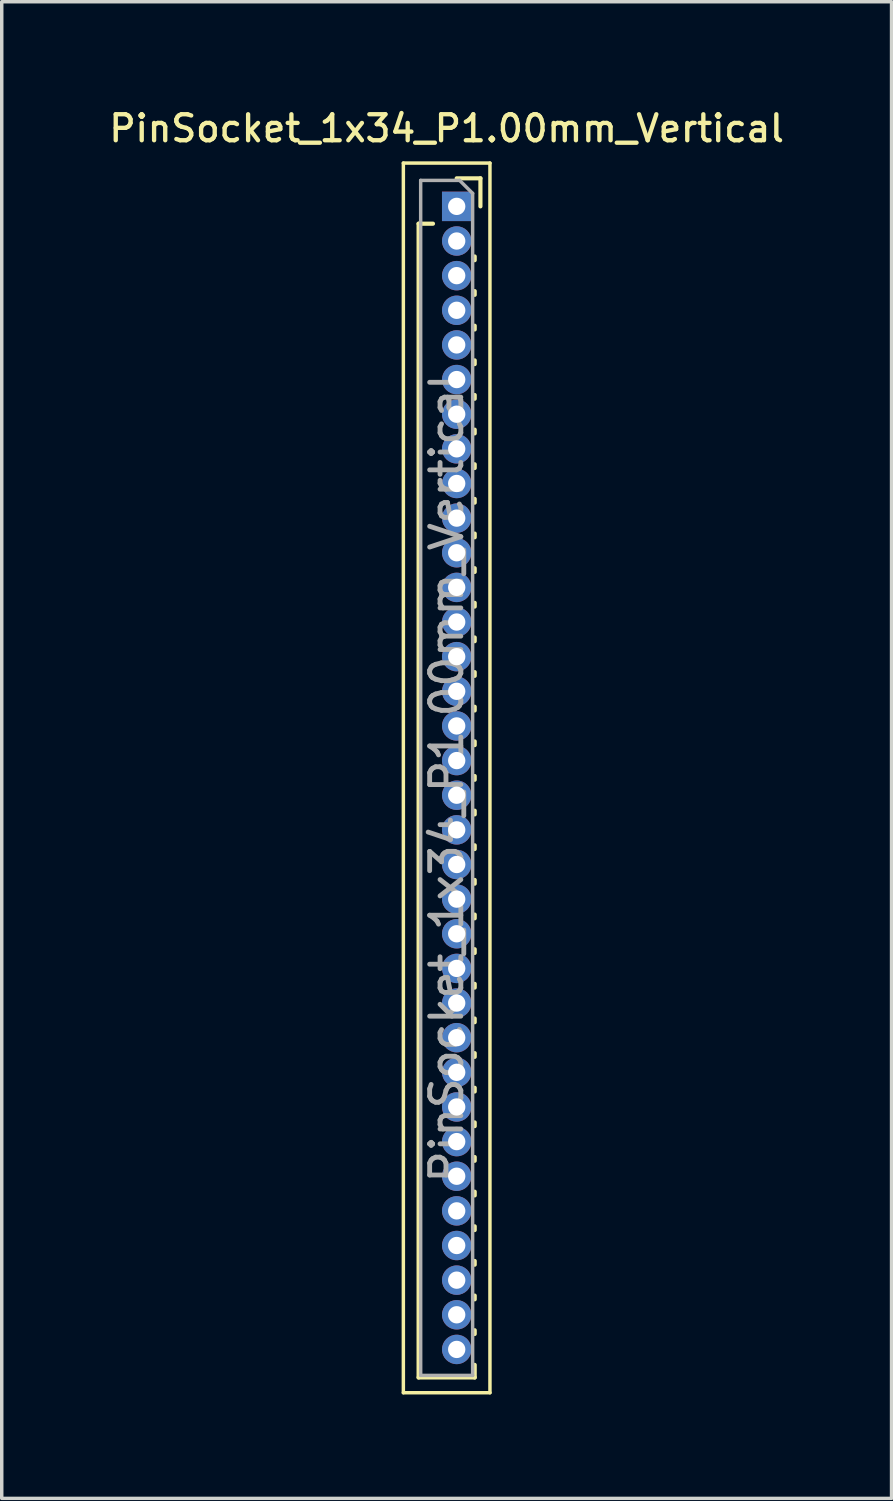
<source format=kicad_pcb>
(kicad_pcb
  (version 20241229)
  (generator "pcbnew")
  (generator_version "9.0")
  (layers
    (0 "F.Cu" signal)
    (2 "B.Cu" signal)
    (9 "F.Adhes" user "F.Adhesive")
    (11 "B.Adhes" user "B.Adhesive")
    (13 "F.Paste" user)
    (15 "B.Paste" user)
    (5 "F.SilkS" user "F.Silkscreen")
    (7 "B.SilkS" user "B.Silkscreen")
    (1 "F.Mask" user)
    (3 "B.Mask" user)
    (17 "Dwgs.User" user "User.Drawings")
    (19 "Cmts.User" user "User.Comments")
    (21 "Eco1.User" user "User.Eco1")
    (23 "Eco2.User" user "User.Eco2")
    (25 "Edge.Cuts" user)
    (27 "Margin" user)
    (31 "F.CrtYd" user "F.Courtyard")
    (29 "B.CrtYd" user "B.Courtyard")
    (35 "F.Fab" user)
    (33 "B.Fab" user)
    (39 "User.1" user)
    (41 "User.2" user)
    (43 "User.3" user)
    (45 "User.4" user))
  (footprint "PinSocket_1x34_P1.00mm_Vertical"
    (layer "F.Cu")
    (at 10.135 2.908)
    (property "Reference" "PinSocket_1x34_P1.00mm_Vertical" (at -0.29 -2.25 0) (layer "F.SilkS") (effects (font (size 0.75 0.75) (thickness 0.125))))
    (attr through_hole)
    (fp_line (start -1.54 -1.25) (end 0.96 -1.25) (stroke (width 0.1) (type solid)) (layer "F.SilkS"))
    (fp_line (start -1.54 34.25) (end -1.54 -1.25) (stroke (width 0.1) (type solid)) (layer "F.SilkS"))
    (fp_line (start -1.1 0.5) (end -1.1 33.81) (stroke (width 0.12) (type solid)) (layer "F.SilkS"))
    (fp_line (start -1.1 0.5) (end -0.685 0.5) (stroke (width 0.12) (type solid)) (layer "F.SilkS"))
    (fp_line (start -1.1 33.81) (end 0.52 33.81) (stroke (width 0.12) (type solid)) (layer "F.SilkS"))
    (fp_line (start 0 -0.81) (end 0.685 -0.81) (stroke (width 0.12) (type solid)) (layer "F.SilkS"))
    (fp_line (start 0.52 1.446) (end 0.52 1.554) (stroke (width 0.12) (type solid)) (layer "F.SilkS"))
    (fp_line (start 0.52 2.446) (end 0.52 2.554) (stroke (width 0.12) (type solid)) (layer "F.SilkS"))
    (fp_line (start 0.52 3.446) (end 0.52 3.554) (stroke (width 0.12) (type solid)) (layer "F.SilkS"))
    (fp_line (start 0.52 4.446) (end 0.52 4.554) (stroke (width 0.12) (type solid)) (layer "F.SilkS"))
    (fp_line (start 0.52 5.446) (end 0.52 5.554) (stroke (width 0.12) (type solid)) (layer "F.SilkS"))
    (fp_line (start 0.52 6.446) (end 0.52 6.554) (stroke (width 0.12) (type solid)) (layer "F.SilkS"))
    (fp_line (start 0.52 7.446) (end 0.52 7.554) (stroke (width 0.12) (type solid)) (layer "F.SilkS"))
    (fp_line (start 0.52 8.446) (end 0.52 8.554) (stroke (width 0.12) (type solid)) (layer "F.SilkS"))
    (fp_line (start 0.52 9.446) (end 0.52 9.554) (stroke (width 0.12) (type solid)) (layer "F.SilkS"))
    (fp_line (start 0.52 10.446) (end 0.52 10.554) (stroke (width 0.12) (type solid)) (layer "F.SilkS"))
    (fp_line (start 0.52 11.446) (end 0.52 11.554) (stroke (width 0.12) (type solid)) (layer "F.SilkS"))
    (fp_line (start 0.52 12.446) (end 0.52 12.554) (stroke (width 0.12) (type solid)) (layer "F.SilkS"))
    (fp_line (start 0.52 13.446) (end 0.52 13.554) (stroke (width 0.12) (type solid)) (layer "F.SilkS"))
    (fp_line (start 0.52 14.446) (end 0.52 14.554) (stroke (width 0.12) (type solid)) (layer "F.SilkS"))
    (fp_line (start 0.52 15.446) (end 0.52 15.554) (stroke (width 0.12) (type solid)) (layer "F.SilkS"))
    (fp_line (start 0.52 16.446) (end 0.52 16.554) (stroke (width 0.12) (type solid)) (layer "F.SilkS"))
    (fp_line (start 0.52 17.446) (end 0.52 17.554) (stroke (width 0.12) (type solid)) (layer "F.SilkS"))
    (fp_line (start 0.52 18.446) (end 0.52 18.554) (stroke (width 0.12) (type solid)) (layer "F.SilkS"))
    (fp_line (start 0.52 19.446) (end 0.52 19.554) (stroke (width 0.12) (type solid)) (layer "F.SilkS"))
    (fp_line (start 0.52 20.446) (end 0.52 20.554) (stroke (width 0.12) (type solid)) (layer "F.SilkS"))
    (fp_line (start 0.52 21.446) (end 0.52 21.554) (stroke (width 0.12) (type solid)) (layer "F.SilkS"))
    (fp_line (start 0.52 22.446) (end 0.52 22.554) (stroke (width 0.12) (type solid)) (layer "F.SilkS"))
    (fp_line (start 0.52 23.446) (end 0.52 23.554) (stroke (width 0.12) (type solid)) (layer "F.SilkS"))
    (fp_line (start 0.52 24.446) (end 0.52 24.554) (stroke (width 0.12) (type solid)) (layer "F.SilkS"))
    (fp_line (start 0.52 25.446) (end 0.52 25.554) (stroke (width 0.12) (type solid)) (layer "F.SilkS"))
    (fp_line (start 0.52 26.446) (end 0.52 26.554) (stroke (width 0.12) (type solid)) (layer "F.SilkS"))
    (fp_line (start 0.52 27.446) (end 0.52 27.554) (stroke (width 0.12) (type solid)) (layer "F.SilkS"))
    (fp_line (start 0.52 28.446) (end 0.52 28.554) (stroke (width 0.12) (type solid)) (layer "F.SilkS"))
    (fp_line (start 0.52 29.446) (end 0.52 29.554) (stroke (width 0.12) (type solid)) (layer "F.SilkS"))
    (fp_line (start 0.52 30.446) (end 0.52 30.554) (stroke (width 0.12) (type solid)) (layer "F.SilkS"))
    (fp_line (start 0.52 31.446) (end 0.52 31.554) (stroke (width 0.12) (type solid)) (layer "F.SilkS"))
    (fp_line (start 0.52 32.446) (end 0.52 32.554) (stroke (width 0.12) (type solid)) (layer "F.SilkS"))
    (fp_line (start 0.52 33.446) (end 0.52 33.81) (stroke (width 0.12) (type solid)) (layer "F.SilkS"))
    (fp_line (start 0.685 -0.81) (end 0.685 0) (stroke (width 0.12) (type solid)) (layer "F.SilkS"))
    (fp_line (start 0.96 -1.25) (end 0.96 34.25) (stroke (width 0.1) (type solid)) (layer "F.SilkS"))
    (fp_line (start 0.96 34.25) (end -1.54 34.25) (stroke (width 0.1) (type solid)) (layer "F.SilkS"))
    (fp_line (start -1.04 -0.75) (end 0.085 -0.75) (stroke (width 0.1) (type solid)) (layer "F.Fab"))
    (fp_line (start -1.04 33.75) (end -1.04 -0.75) (stroke (width 0.1) (type solid)) (layer "F.Fab"))
    (fp_line (start 0.085 -0.75) (end 0.46 -0.375) (stroke (width 0.1) (type solid)) (layer "F.Fab"))
    (fp_line (start 0.46 -0.375) (end 0.46 33.75) (stroke (width 0.1) (type solid)) (layer "F.Fab"))
    (fp_line (start 0.46 33.75) (end -1.04 33.75) (stroke (width 0.1) (type solid)) (layer "F.Fab"))
    (fp_text user "${REFERENCE}" (at -0.29 16.5 90) (layer "F.Fab") (effects (font (size 0.9 0.9) (thickness 0.14))))
    (pad "1" thru_hole rect (at 0 0) (size 0.85 0.85) (drill 0.5) (layers "*.Cu" "*.Mask"))
    (pad "2" thru_hole oval (at 0 1) (size 0.85 0.85) (drill 0.5) (layers "*.Cu" "*.Mask"))
    (pad "3" thru_hole oval (at 0 2) (size 0.85 0.85) (drill 0.5) (layers "*.Cu" "*.Mask"))
    (pad "4" thru_hole oval (at 0 3) (size 0.85 0.85) (drill 0.5) (layers "*.Cu" "*.Mask"))
    (pad "5" thru_hole oval (at 0 4) (size 0.85 0.85) (drill 0.5) (layers "*.Cu" "*.Mask"))
    (pad "6" thru_hole oval (at 0 5) (size 0.85 0.85) (drill 0.5) (layers "*.Cu" "*.Mask"))
    (pad "7" thru_hole oval (at 0 6) (size 0.85 0.85) (drill 0.5) (layers "*.Cu" "*.Mask"))
    (pad "8" thru_hole oval (at 0 7) (size 0.85 0.85) (drill 0.5) (layers "*.Cu" "*.Mask"))
    (pad "9" thru_hole oval (at 0 8) (size 0.85 0.85) (drill 0.5) (layers "*.Cu" "*.Mask"))
    (pad "10" thru_hole oval (at 0 9) (size 0.85 0.85) (drill 0.5) (layers "*.Cu" "*.Mask"))
    (pad "11" thru_hole oval (at 0 10) (size 0.85 0.85) (drill 0.5) (layers "*.Cu" "*.Mask"))
    (pad "12" thru_hole oval (at 0 11) (size 0.85 0.85) (drill 0.5) (layers "*.Cu" "*.Mask"))
    (pad "13" thru_hole oval (at 0 12) (size 0.85 0.85) (drill 0.5) (layers "*.Cu" "*.Mask"))
    (pad "14" thru_hole oval (at 0 13) (size 0.85 0.85) (drill 0.5) (layers "*.Cu" "*.Mask"))
    (pad "15" thru_hole oval (at 0 14) (size 0.85 0.85) (drill 0.5) (layers "*.Cu" "*.Mask"))
    (pad "16" thru_hole oval (at 0 15) (size 0.85 0.85) (drill 0.5) (layers "*.Cu" "*.Mask"))
    (pad "17" thru_hole oval (at 0 16) (size 0.85 0.85) (drill 0.5) (layers "*.Cu" "*.Mask"))
    (pad "18" thru_hole oval (at 0 17) (size 0.85 0.85) (drill 0.5) (layers "*.Cu" "*.Mask"))
    (pad "19" thru_hole oval (at 0 18) (size 0.85 0.85) (drill 0.5) (layers "*.Cu" "*.Mask"))
    (pad "20" thru_hole oval (at 0 19) (size 0.85 0.85) (drill 0.5) (layers "*.Cu" "*.Mask"))
    (pad "21" thru_hole oval (at 0 20) (size 0.85 0.85) (drill 0.5) (layers "*.Cu" "*.Mask"))
    (pad "22" thru_hole oval (at 0 21) (size 0.85 0.85) (drill 0.5) (layers "*.Cu" "*.Mask"))
    (pad "23" thru_hole oval (at 0 22) (size 0.85 0.85) (drill 0.5) (layers "*.Cu" "*.Mask"))
    (pad "24" thru_hole oval (at 0 23) (size 0.85 0.85) (drill 0.5) (layers "*.Cu" "*.Mask"))
    (pad "25" thru_hole oval (at 0 24) (size 0.85 0.85) (drill 0.5) (layers "*.Cu" "*.Mask"))
    (pad "26" thru_hole oval (at 0 25) (size 0.85 0.85) (drill 0.5) (layers "*.Cu" "*.Mask"))
    (pad "27" thru_hole oval (at 0 26) (size 0.85 0.85) (drill 0.5) (layers "*.Cu" "*.Mask"))
    (pad "28" thru_hole oval (at 0 27) (size 0.85 0.85) (drill 0.5) (layers "*.Cu" "*.Mask"))
    (pad "29" thru_hole oval (at 0 28) (size 0.85 0.85) (drill 0.5) (layers "*.Cu" "*.Mask"))
    (pad "30" thru_hole oval (at 0 29) (size 0.85 0.85) (drill 0.5) (layers "*.Cu" "*.Mask"))
    (pad "31" thru_hole oval (at 0 30) (size 0.85 0.85) (drill 0.5) (layers "*.Cu" "*.Mask"))
    (pad "32" thru_hole oval (at 0 31) (size 0.85 0.85) (drill 0.5) (layers "*.Cu" "*.Mask"))
    (pad "33" thru_hole oval (at 0 32) (size 0.85 0.85) (drill 0.5) (layers "*.Cu" "*.Mask"))
    (pad "34" thru_hole oval (at 0 33) (size 0.85 0.85) (drill 0.5) (layers "*.Cu" "*.Mask")))
  (gr_rect
    (start -3 -3)
    (end 22.689 40.208)
    (stroke (width 0.1) (type default))
    (fill no)
    (layer "Edge.Cuts")))
</source>
